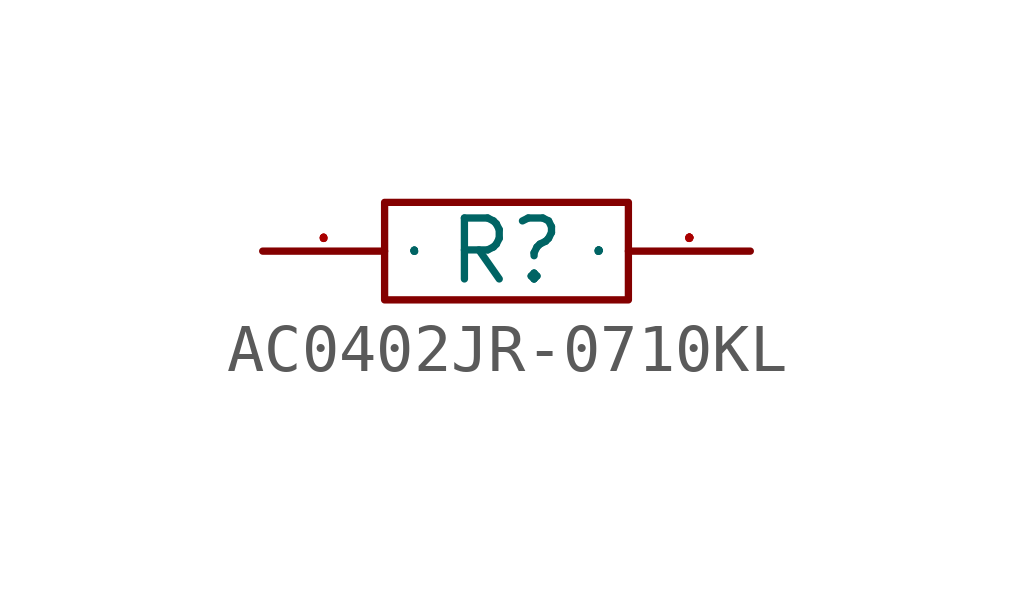
<source format=kicad_sym>
(kicad_symbol_lib
  (version 20241209)
  (generator "kicad_symbol_editor")
  (generator_version "9.0")
  (symbol "AC0402JR-0710KL"
    (property "Reference" "R"
      (at 0 0 0)
      (effects (font (size 1.27 1.27))))
    (symbol "AC0402JR-0710KL_1_0"
      (rectangle (start -2.54 -1.016) (end 2.54 1.016) (stroke (width 0) (type default)) (fill (type none)))
      (pin unspecified line (at -5.08 0 0) (length 2.54) (name "1" (effects (font (size 0.025 0.025)))) (number "1" (effects (font (size 0.025 0.025)))))
      (pin unspecified line (at 5.08 0 180) (length 2.54) (name "2" (effects (font (size 0.025 0.025)))) (number "2" (effects (font (size 0.025 0.025))))))))
</source>
